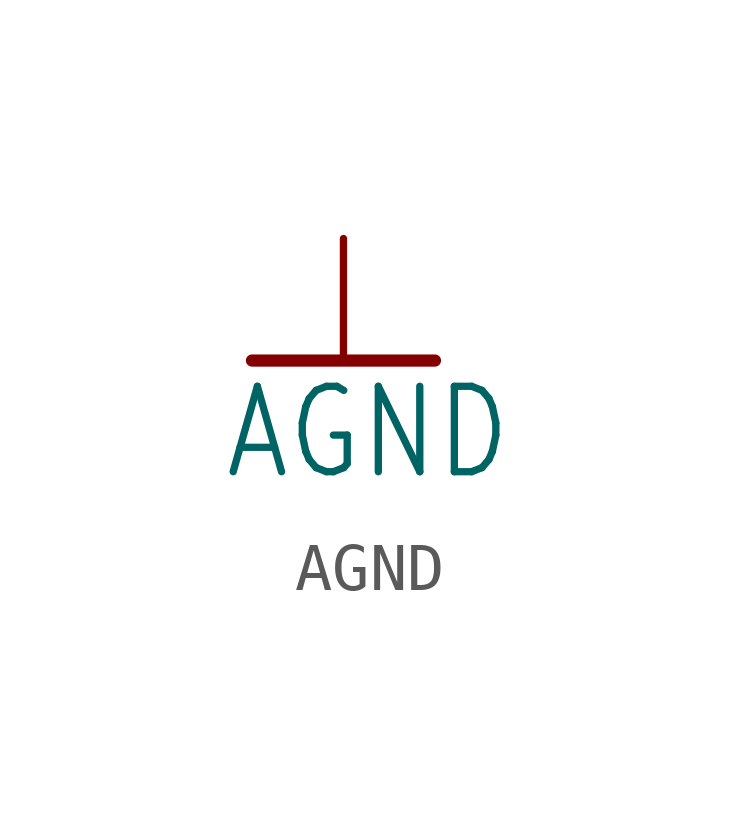
<source format=kicad_sym>
(kicad_symbol_lib
  (version 20220914)
  (generator kicad_symbol_editor)
  (symbol "AGND"
    (power)
    (property "Reference" ""
      (at 0 0 0)
      (effects (font (size 1.27 1.27)) hide))
    (property "Value" "AGND"
      (at -2.54 -2.54 0)
      (effects (font (size 1.778 1.511)) (justify left bottom)))
    (property "ki_locked" ""
      (at 0 0 0)
      (effects (font (size 1.27 1.27))))
    (symbol "AGND_1_0"
      (polyline (pts (xy -1.905 0) (xy 1.905 0)) (stroke (width 0.254) (type default)) (fill (type none)))
      (pin power_in line (at 0 2.54 270) (length 2.54) (name "AGND" (effects (font (size 0 0)))) (number "1" (effects (font (size 0 0))))))))
</source>
